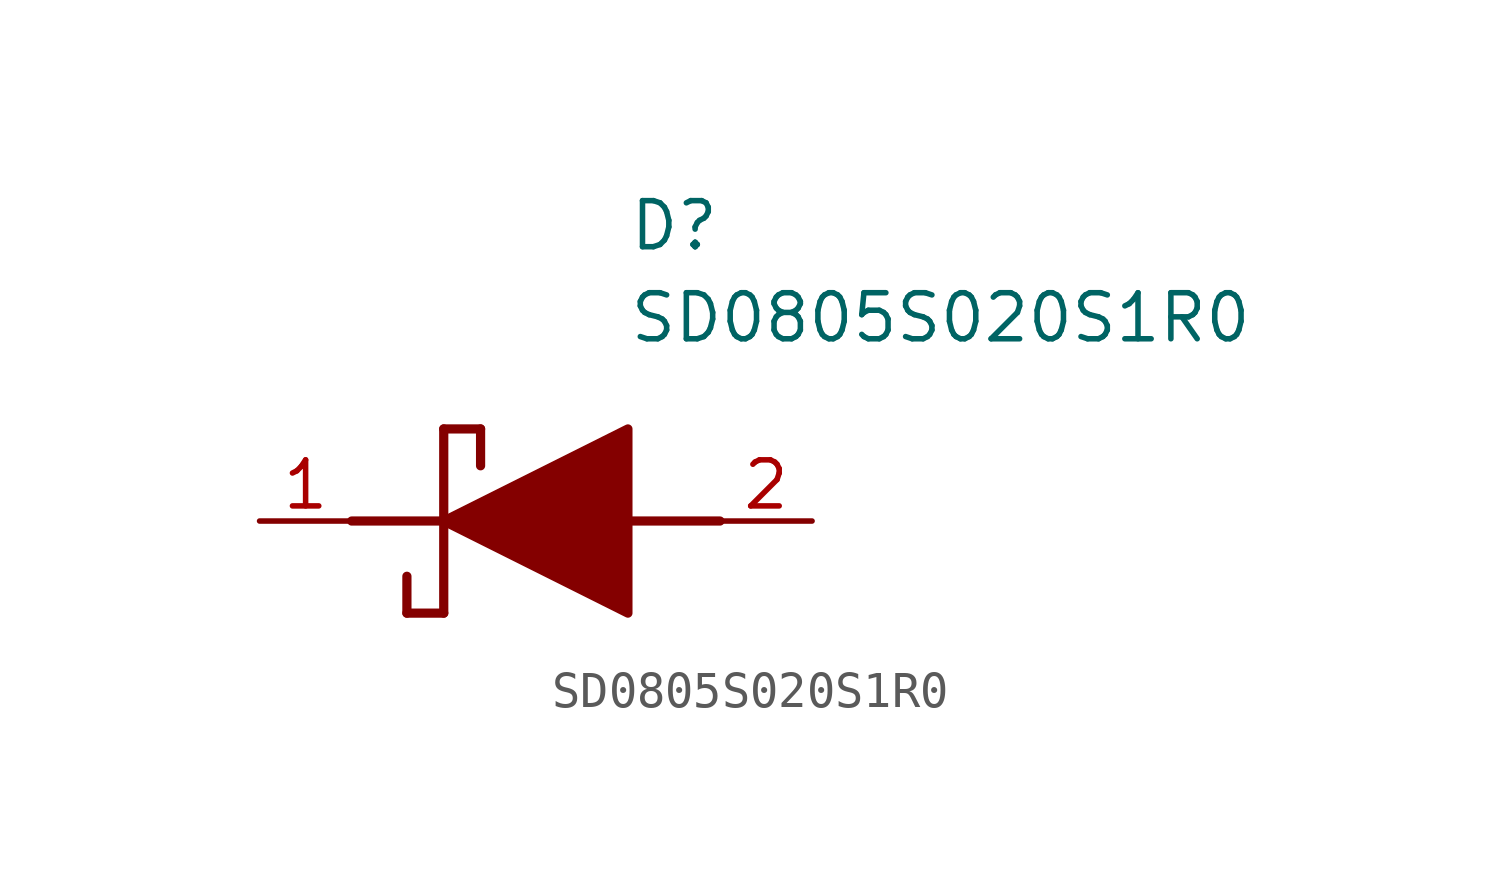
<source format=kicad_sym>
(kicad_symbol_lib
  (version 20211014)
  (generator SamacSys_ECAD_Model)
  (symbol "SD0805S020S1R0"
    (pin_names hide)
    (property "Reference" "D"
      (at 12.7 8.89 0)
      (effects (font (size 1.27 1.27)) (justify left top)))
    (property "Value" "SD0805S020S1R0"
      (at 12.7 6.35 0)
      (effects (font (size 1.27 1.27)) (justify left top)))
    (polyline
      (pts (xy 7.62 2.54) (xy 7.62 -2.54))
      (stroke (width 0.254) (type default))
      (fill (type none)))
    (polyline
      (pts (xy 7.62 2.54) (xy 8.636 2.54))
      (stroke (width 0.254) (type default))
      (fill (type none)))
    (polyline
      (pts (xy 8.636 1.524) (xy 8.636 2.54))
      (stroke (width 0.254) (type default))
      (fill (type none)))
    (polyline
      (pts (xy 7.62 -2.54) (xy 6.604 -2.54))
      (stroke (width 0.254) (type default))
      (fill (type none)))
    (polyline
      (pts (xy 6.604 -1.524) (xy 6.604 -2.54))
      (stroke (width 0.254) (type default))
      (fill (type none)))
    (polyline
      (pts (xy 5.08 0) (xy 7.62 0))
      (stroke (width 0.254) (type default))
      (fill (type none)))
    (polyline
      (pts (xy 12.7 0) (xy 15.24 0))
      (stroke (width 0.254) (type default))
      (fill (type none)))
    (polyline
      (pts (xy 7.62 0) (xy 12.7 2.54) (xy 12.7 -2.54) (xy 7.62 0))
      (stroke (width 0.254) (type default))
      (fill (type outline)))
    (pin passive line
      (at 2.54 0 0)
      (length 2.54)
      (name "K" (effects (font (size 1.27 1.27))))
      (number "1" (effects (font (size 1.27 1.27)))))
    (pin passive line
      (at 17.78 0 180)
      (length 2.54)
      (name "A" (effects (font (size 1.27 1.27))))
      (number "2" (effects (font (size 1.27 1.27)))))))
</source>
